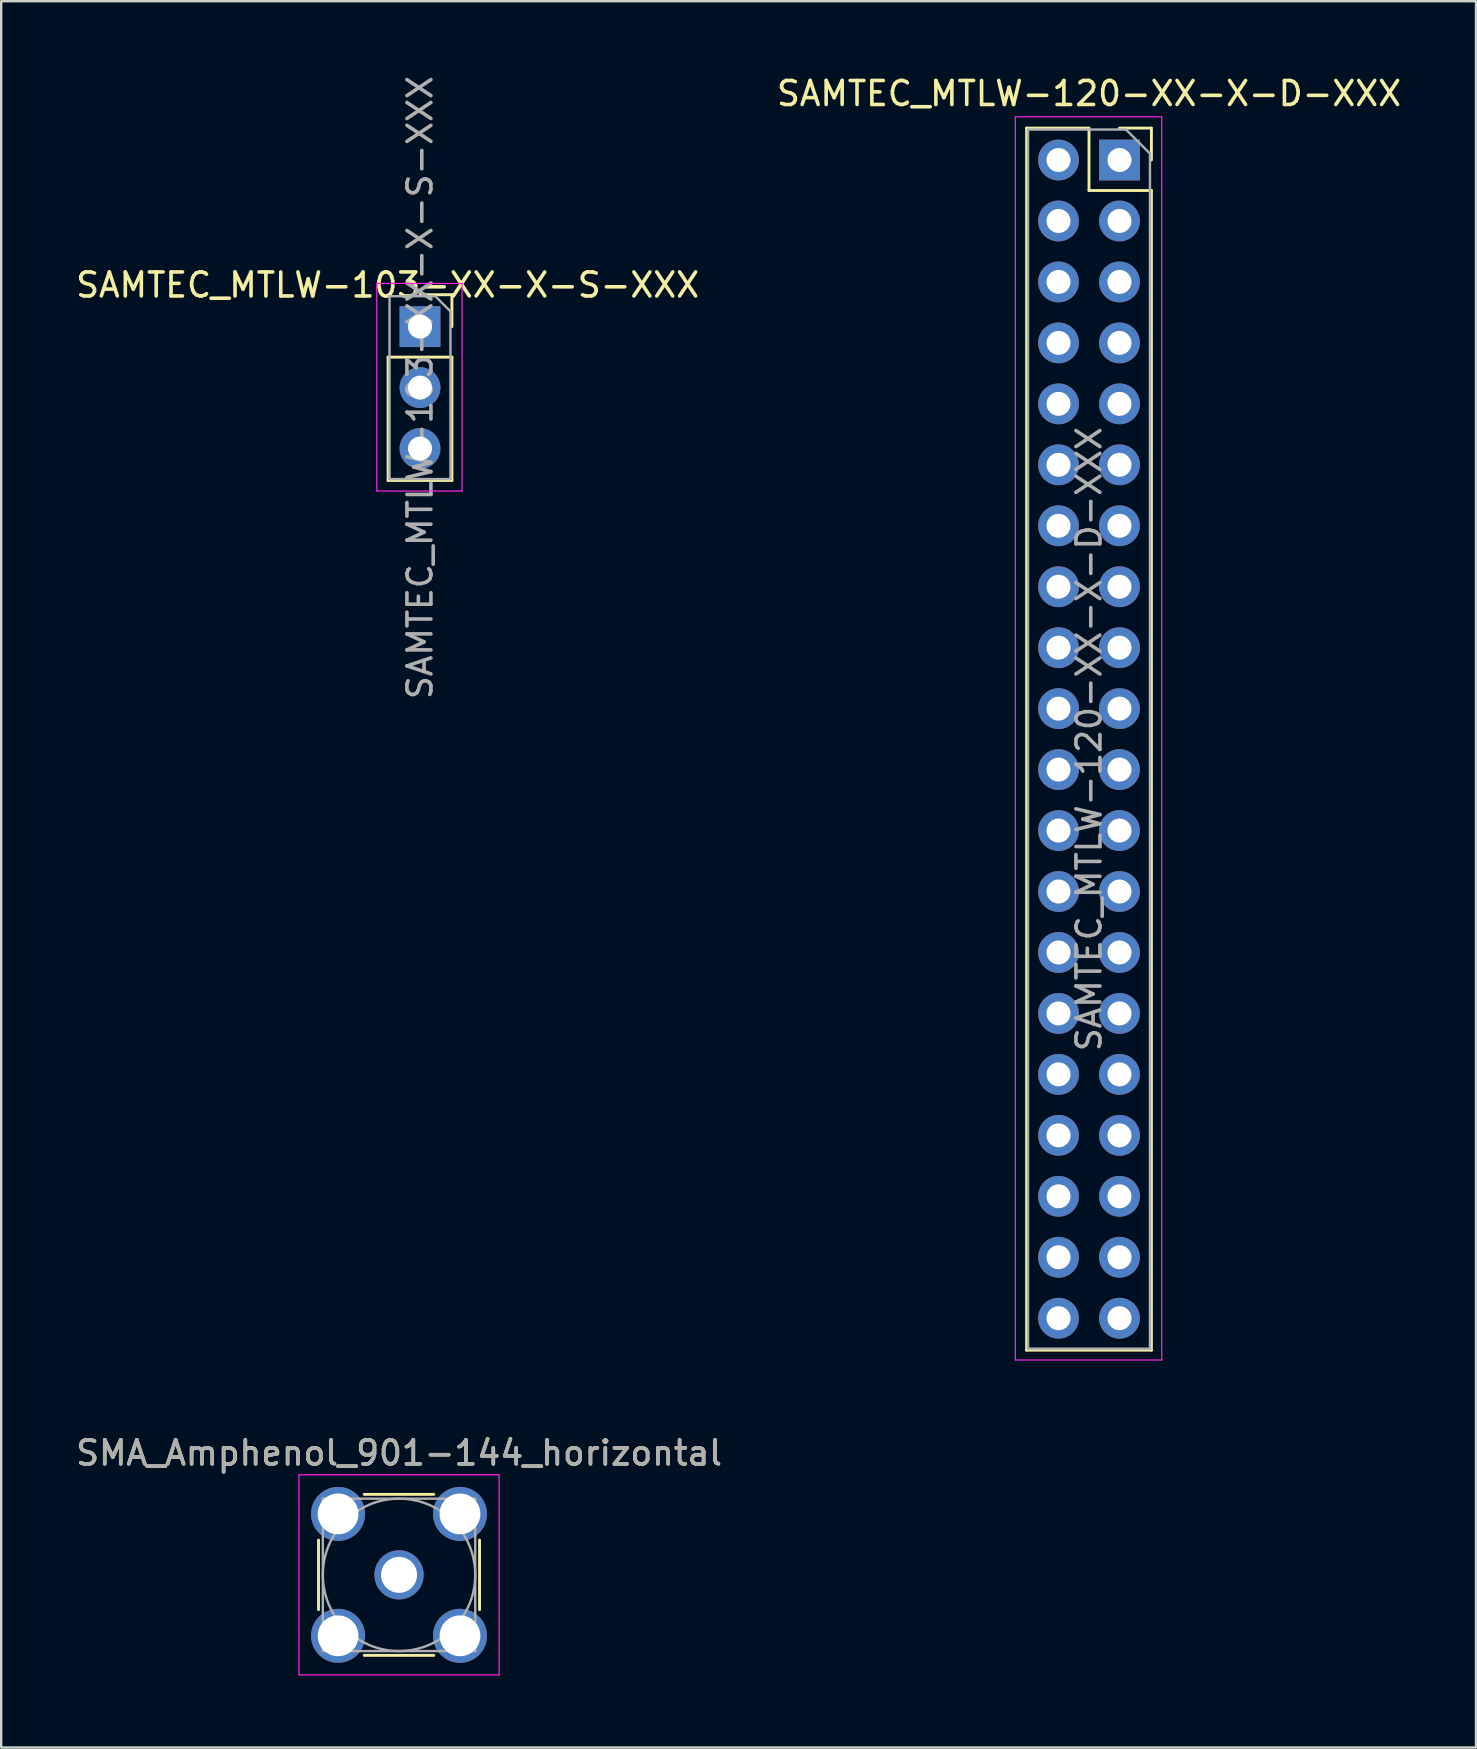
<source format=kicad_pcb>
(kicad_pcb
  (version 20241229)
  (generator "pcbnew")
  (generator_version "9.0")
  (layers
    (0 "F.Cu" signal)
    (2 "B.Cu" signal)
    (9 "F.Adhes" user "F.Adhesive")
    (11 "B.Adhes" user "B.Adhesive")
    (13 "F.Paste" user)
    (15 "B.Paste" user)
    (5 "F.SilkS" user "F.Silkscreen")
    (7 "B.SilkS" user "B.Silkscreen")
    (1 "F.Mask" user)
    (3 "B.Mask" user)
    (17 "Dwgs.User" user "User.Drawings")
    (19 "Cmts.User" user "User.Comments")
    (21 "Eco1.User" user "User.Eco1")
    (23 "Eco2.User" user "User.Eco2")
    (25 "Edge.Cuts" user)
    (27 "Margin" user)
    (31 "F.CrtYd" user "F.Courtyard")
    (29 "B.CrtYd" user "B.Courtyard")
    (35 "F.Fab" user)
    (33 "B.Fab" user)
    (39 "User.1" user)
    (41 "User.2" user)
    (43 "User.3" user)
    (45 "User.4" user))
  (footprint "SAMTEC_MTLW-103-XX-X-S-XXX"
    (layer "F.Cu")
    (at 14.451 10.561)
    (property "Reference" "SAMTEC_MTLW-103-XX-X-S-XXX" (at -1.35 -1.735 180) (layer "F.SilkS") (effects (font (size 1 1) (thickness 0.15))))
    (attr through_hole)
    (fp_line (start -1.33 6.41) (end -1.33 1.27) (stroke (width 0.12) (type solid)) (layer "F.SilkS"))
    (fp_line (start 1.33 -1.33) (end 0 -1.33) (stroke (width 0.12) (type solid)) (layer "F.SilkS"))
    (fp_line (start 1.33 0) (end 1.33 -1.33) (stroke (width 0.12) (type solid)) (layer "F.SilkS"))
    (fp_line (start 1.33 1.27) (end -1.33 1.27) (stroke (width 0.12) (type solid)) (layer "F.SilkS"))
    (fp_line (start 1.33 6.41) (end -1.33 6.41) (stroke (width 0.12) (type solid)) (layer "F.SilkS"))
    (fp_line (start 1.33 6.41) (end 1.33 1.27) (stroke (width 0.12) (type solid)) (layer "F.SilkS"))
    (fp_line (start -1.8 -1.8) (end -1.8 6.85) (stroke (width 0.05) (type solid)) (layer "F.CrtYd"))
    (fp_line (start -1.8 6.85) (end 1.75 6.85) (stroke (width 0.05) (type solid)) (layer "F.CrtYd"))
    (fp_line (start 1.75 -1.8) (end -1.8 -1.8) (stroke (width 0.05) (type solid)) (layer "F.CrtYd"))
    (fp_line (start 1.75 6.85) (end 1.75 -1.8) (stroke (width 0.05) (type solid)) (layer "F.CrtYd"))
    (fp_line (start -1.27 -1.27) (end -1.27 6.35) (stroke (width 0.1) (type solid)) (layer "F.Fab"))
    (fp_line (start -1.27 6.35) (end 1.27 6.35) (stroke (width 0.1) (type solid)) (layer "F.Fab"))
    (fp_line (start 0.635 -1.27) (end -1.27 -1.27) (stroke (width 0.1) (type solid)) (layer "F.Fab"))
    (fp_line (start 1.27 -0.635) (end 0.635 -1.27) (stroke (width 0.1) (type solid)) (layer "F.Fab"))
    (fp_line (start 1.27 6.35) (end 1.27 -0.635) (stroke (width 0.1) (type solid)) (layer "F.Fab"))
    (fp_text user "${REFERENCE}" (at 0 2.54 90) (layer "F.Fab") (effects (font (size 1 1) (thickness 0.15))))
    (pad "1" thru_hole rect (at 0 0) (size 1.7 1.7) (drill 1) (layers "*.Cu" "*.Mask"))
    (pad "2" thru_hole oval (at 0 2.54) (size 1.7 1.7) (drill 1) (layers "*.Cu" "*.Mask"))
    (pad "3" thru_hole oval (at 0 5.08) (size 1.7 1.7) (drill 1) (layers "*.Cu" "*.Mask")))
  (footprint "SMA_Amphenol_901-144_horizontal"
    (layer "F.Cu")
    (at 13.577 62.572)
    (property "Reference" "SMA_Amphenol_901-144_horizontal" (at 0 -5.08 0) (layer "F.SilkS") (effects (font (size 1 1) (thickness 0.15))))
    (attr through_hole)
    (fp_line (start -3.355 -1.45) (end -3.355 1.45) (stroke (width 0.12) (type solid)) (layer "F.SilkS"))
    (fp_line (start -1.45 -3.355) (end 1.45 -3.355) (stroke (width 0.12) (type solid)) (layer "F.SilkS"))
    (fp_line (start -1.45 3.355) (end 1.45 3.355) (stroke (width 0.12) (type solid)) (layer "F.SilkS"))
    (fp_line (start 3.355 -1.45) (end 3.355 1.45) (stroke (width 0.12) (type solid)) (layer "F.SilkS"))
    (fp_line (start -4.17 -4.17) (end -4.17 4.17) (stroke (width 0.05) (type solid)) (layer "F.CrtYd"))
    (fp_line (start -4.17 -4.17) (end 4.17 -4.17) (stroke (width 0.05) (type solid)) (layer "F.CrtYd"))
    (fp_line (start 4.17 4.17) (end -4.17 4.17) (stroke (width 0.05) (type solid)) (layer "F.CrtYd"))
    (fp_line (start 4.17 4.17) (end 4.17 -4.17) (stroke (width 0.05) (type solid)) (layer "F.CrtYd"))
    (fp_line (start -3.175 -3.175) (end -3.175 3.175) (stroke (width 0.1) (type solid)) (layer "F.Fab"))
    (fp_line (start -3.175 -3.175) (end 3.175 -3.175) (stroke (width 0.1) (type solid)) (layer "F.Fab"))
    (fp_line (start -3.175 3.175) (end 3.175 3.175) (stroke (width 0.1) (type solid)) (layer "F.Fab"))
    (fp_line (start 3.175 -3.175) (end 3.175 3.175) (stroke (width 0.1) (type solid)) (layer "F.Fab"))
    (fp_circle (center 0 0) (end 3.175 0) (stroke (width 0.1) (type solid)) (fill no) (layer "F.Fab"))
    (fp_text user "${REFERENCE}" (at 0 -5.08 0) (layer "F.Fab") (effects (font (size 1 1) (thickness 0.15))))
    (pad "1" thru_hole circle (at 0 0) (size 2.05 2.05) (drill 1.5) (layers "*.Cu" "*.Mask"))
    (pad "2" thru_hole circle (at -2.54 -2.54) (size 2.25 2.25) (drill 1.7) (layers "*.Cu" "*.Mask"))
    (pad "2" thru_hole circle (at -2.54 2.54) (size 2.25 2.25) (drill 1.7) (layers "*.Cu" "*.Mask"))
    (pad "2" thru_hole circle (at 2.54 -2.54) (size 2.25 2.25) (drill 1.7) (layers "*.Cu" "*.Mask"))
    (pad "2" thru_hole circle (at 2.54 2.54) (size 2.25 2.25) (drill 1.7) (layers "*.Cu" "*.Mask")))
  (footprint "SAMTEC_MTLW-120-XX-X-D-XXX"
    (layer "F.Cu")
    (at 43.597 3.618)
    (property "Reference" "SAMTEC_MTLW-120-XX-X-D-XXX" (at -1.27 -2.77 0) (layer "F.SilkS") (effects (font (size 1 1) (thickness 0.15))))
    (attr through_hole)
    (fp_line (start -3.87 -1.33) (end -3.87 49.59) (stroke (width 0.12) (type solid)) (layer "F.SilkS"))
    (fp_line (start -3.87 -1.33) (end -1.27 -1.33) (stroke (width 0.12) (type solid)) (layer "F.SilkS"))
    (fp_line (start -3.87 49.59) (end 1.33 49.59) (stroke (width 0.12) (type solid)) (layer "F.SilkS"))
    (fp_line (start -1.27 -1.33) (end -1.27 1.27) (stroke (width 0.12) (type solid)) (layer "F.SilkS"))
    (fp_line (start -1.27 1.27) (end 1.33 1.27) (stroke (width 0.12) (type solid)) (layer "F.SilkS"))
    (fp_line (start 0 -1.33) (end 1.33 -1.33) (stroke (width 0.12) (type solid)) (layer "F.SilkS"))
    (fp_line (start 1.33 -1.33) (end 1.33 0) (stroke (width 0.12) (type solid)) (layer "F.SilkS"))
    (fp_line (start 1.33 1.27) (end 1.33 49.59) (stroke (width 0.12) (type solid)) (layer "F.SilkS"))
    (fp_line (start -4.34 -1.8) (end 1.76 -1.8) (stroke (width 0.05) (type solid)) (layer "F.CrtYd"))
    (fp_line (start -4.34 50) (end -4.34 -1.8) (stroke (width 0.05) (type solid)) (layer "F.CrtYd"))
    (fp_line (start 1.76 -1.8) (end 1.76 50) (stroke (width 0.05) (type solid)) (layer "F.CrtYd"))
    (fp_line (start 1.76 50) (end -4.34 50) (stroke (width 0.05) (type solid)) (layer "F.CrtYd"))
    (fp_line (start -3.81 -1.27) (end 0.27 -1.27) (stroke (width 0.1) (type solid)) (layer "F.Fab"))
    (fp_line (start -3.81 49.53) (end -3.81 -1.27) (stroke (width 0.1) (type solid)) (layer "F.Fab"))
    (fp_line (start 0.27 -1.27) (end 1.27 -0.27) (stroke (width 0.1) (type solid)) (layer "F.Fab"))
    (fp_line (start 1.27 -0.27) (end 1.27 49.53) (stroke (width 0.1) (type solid)) (layer "F.Fab"))
    (fp_line (start 1.27 49.53) (end -3.81 49.53) (stroke (width 0.1) (type solid)) (layer "F.Fab"))
    (fp_text user "${REFERENCE}" (at -1.27 24.13 90) (layer "F.Fab") (effects (font (size 1 1) (thickness 0.15))))
    (pad "1" thru_hole rect (at 0 0) (size 1.7 1.7) (drill 1) (layers "*.Cu" "*.Mask"))
    (pad "2" thru_hole oval (at -2.54 0) (size 1.7 1.7) (drill 1) (layers "*.Cu" "*.Mask"))
    (pad "3" thru_hole oval (at 0 2.54) (size 1.7 1.7) (drill 1) (layers "*.Cu" "*.Mask"))
    (pad "4" thru_hole oval (at -2.54 2.54) (size 1.7 1.7) (drill 1) (layers "*.Cu" "*.Mask"))
    (pad "5" thru_hole oval (at 0 5.08) (size 1.7 1.7) (drill 1) (layers "*.Cu" "*.Mask"))
    (pad "6" thru_hole oval (at -2.54 5.08) (size 1.7 1.7) (drill 1) (layers "*.Cu" "*.Mask"))
    (pad "7" thru_hole oval (at 0 7.62) (size 1.7 1.7) (drill 1) (layers "*.Cu" "*.Mask"))
    (pad "8" thru_hole oval (at -2.54 7.62) (size 1.7 1.7) (drill 1) (layers "*.Cu" "*.Mask"))
    (pad "9" thru_hole oval (at 0 10.16) (size 1.7 1.7) (drill 1) (layers "*.Cu" "*.Mask"))
    (pad "10" thru_hole oval (at -2.54 10.16) (size 1.7 1.7) (drill 1) (layers "*.Cu" "*.Mask"))
    (pad "11" thru_hole oval (at 0 12.7) (size 1.7 1.7) (drill 1) (layers "*.Cu" "*.Mask"))
    (pad "12" thru_hole oval (at -2.54 12.7) (size 1.7 1.7) (drill 1) (layers "*.Cu" "*.Mask"))
    (pad "13" thru_hole oval (at 0 15.24) (size 1.7 1.7) (drill 1) (layers "*.Cu" "*.Mask"))
    (pad "14" thru_hole oval (at -2.54 15.24) (size 1.7 1.7) (drill 1) (layers "*.Cu" "*.Mask"))
    (pad "15" thru_hole oval (at 0 17.78) (size 1.7 1.7) (drill 1) (layers "*.Cu" "*.Mask"))
    (pad "16" thru_hole oval (at -2.54 17.78) (size 1.7 1.7) (drill 1) (layers "*.Cu" "*.Mask"))
    (pad "17" thru_hole oval (at 0 20.32) (size 1.7 1.7) (drill 1) (layers "*.Cu" "*.Mask"))
    (pad "18" thru_hole oval (at -2.54 20.32) (size 1.7 1.7) (drill 1) (layers "*.Cu" "*.Mask"))
    (pad "19" thru_hole oval (at 0 22.86) (size 1.7 1.7) (drill 1) (layers "*.Cu" "*.Mask"))
    (pad "20" thru_hole oval (at -2.54 22.86) (size 1.7 1.7) (drill 1) (layers "*.Cu" "*.Mask"))
    (pad "21" thru_hole oval (at 0 25.4) (size 1.7 1.7) (drill 1) (layers "*.Cu" "*.Mask"))
    (pad "22" thru_hole oval (at -2.54 25.4) (size 1.7 1.7) (drill 1) (layers "*.Cu" "*.Mask"))
    (pad "23" thru_hole oval (at 0 27.94) (size 1.7 1.7) (drill 1) (layers "*.Cu" "*.Mask"))
    (pad "24" thru_hole oval (at -2.54 27.94) (size 1.7 1.7) (drill 1) (layers "*.Cu" "*.Mask"))
    (pad "25" thru_hole oval (at 0 30.48) (size 1.7 1.7) (drill 1) (layers "*.Cu" "*.Mask"))
    (pad "26" thru_hole oval (at -2.54 30.48) (size 1.7 1.7) (drill 1) (layers "*.Cu" "*.Mask"))
    (pad "27" thru_hole oval (at 0 33.02) (size 1.7 1.7) (drill 1) (layers "*.Cu" "*.Mask"))
    (pad "28" thru_hole oval (at -2.54 33.02) (size 1.7 1.7) (drill 1) (layers "*.Cu" "*.Mask"))
    (pad "29" thru_hole oval (at 0 35.56) (size 1.7 1.7) (drill 1) (layers "*.Cu" "*.Mask"))
    (pad "30" thru_hole oval (at -2.54 35.56) (size 1.7 1.7) (drill 1) (layers "*.Cu" "*.Mask"))
    (pad "31" thru_hole oval (at 0 38.1) (size 1.7 1.7) (drill 1) (layers "*.Cu" "*.Mask"))
    (pad "32" thru_hole oval (at -2.54 38.1) (size 1.7 1.7) (drill 1) (layers "*.Cu" "*.Mask"))
    (pad "33" thru_hole oval (at 0 40.64) (size 1.7 1.7) (drill 1) (layers "*.Cu" "*.Mask"))
    (pad "34" thru_hole oval (at -2.54 40.64) (size 1.7 1.7) (drill 1) (layers "*.Cu" "*.Mask"))
    (pad "35" thru_hole oval (at 0 43.18) (size 1.7 1.7) (drill 1) (layers "*.Cu" "*.Mask"))
    (pad "36" thru_hole oval (at -2.54 43.18) (size 1.7 1.7) (drill 1) (layers "*.Cu" "*.Mask"))
    (pad "37" thru_hole oval (at 0 45.72) (size 1.7 1.7) (drill 1) (layers "*.Cu" "*.Mask"))
    (pad "38" thru_hole oval (at -2.54 45.72) (size 1.7 1.7) (drill 1) (layers "*.Cu" "*.Mask"))
    (pad "39" thru_hole oval (at 0 48.26) (size 1.7 1.7) (drill 1) (layers "*.Cu" "*.Mask"))
    (pad "40" thru_hole oval (at -2.54 48.26) (size 1.7 1.7) (drill 1) (layers "*.Cu" "*.Mask")))
  (gr_rect
    (start -3 -3)
    (end 58.452 69.766)
    (stroke (width 0.1) (type default))
    (fill no)
    (layer "Edge.Cuts")))
</source>
